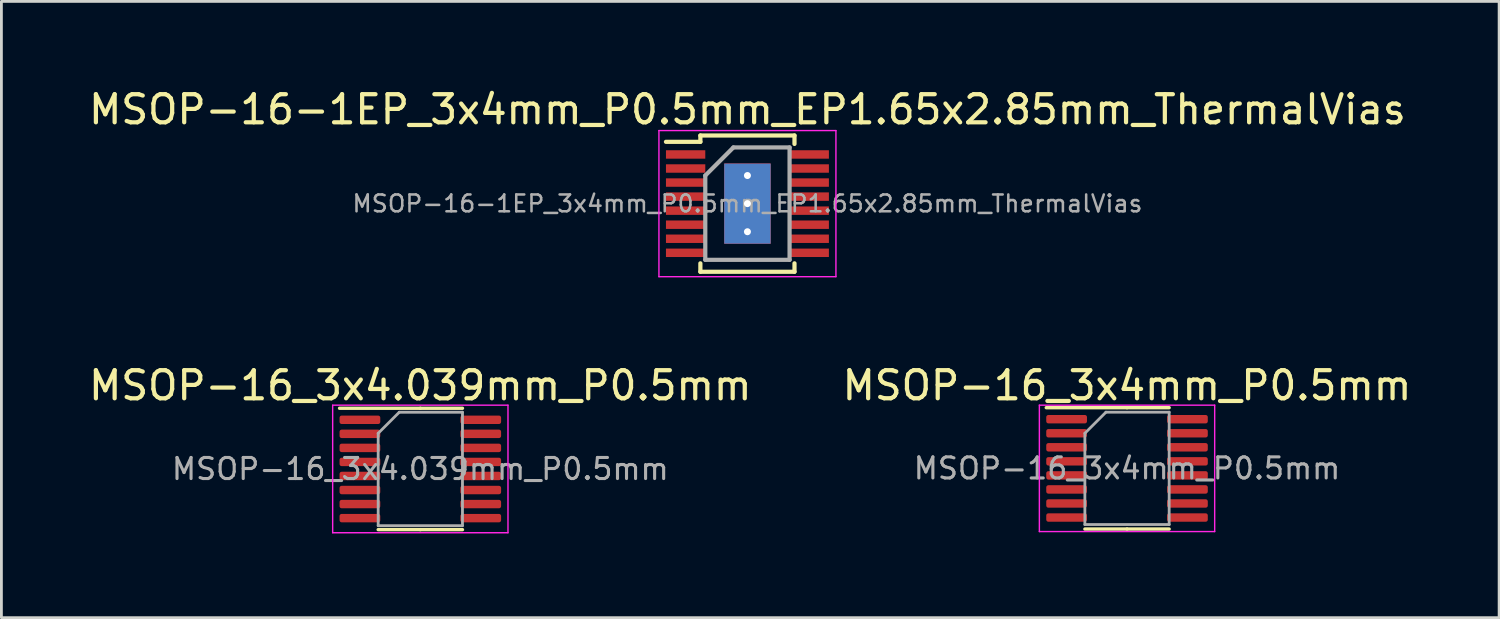
<source format=kicad_pcb>
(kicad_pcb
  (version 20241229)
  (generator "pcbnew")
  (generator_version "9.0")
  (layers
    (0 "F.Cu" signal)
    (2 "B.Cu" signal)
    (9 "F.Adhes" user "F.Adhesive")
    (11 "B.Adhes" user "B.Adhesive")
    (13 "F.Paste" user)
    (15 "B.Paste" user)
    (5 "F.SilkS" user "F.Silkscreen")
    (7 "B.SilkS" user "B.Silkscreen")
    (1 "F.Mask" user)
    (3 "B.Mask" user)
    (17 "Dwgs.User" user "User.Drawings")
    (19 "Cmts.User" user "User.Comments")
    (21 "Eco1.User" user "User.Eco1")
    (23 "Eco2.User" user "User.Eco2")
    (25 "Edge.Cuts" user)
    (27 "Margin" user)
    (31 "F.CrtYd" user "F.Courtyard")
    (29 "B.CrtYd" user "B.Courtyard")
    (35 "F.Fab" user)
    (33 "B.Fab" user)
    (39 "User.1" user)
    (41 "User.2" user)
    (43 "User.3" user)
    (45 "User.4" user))
  (footprint "MSOP-16-1EP_3x4mm_P0.5mm_EP1.65x2.85mm_ThermalVias"
    (layer "F.Cu")
    (at 23.554 4.198)
    (property "Reference" "MSOP-16-1EP_3x4mm_P0.5mm_EP1.65x2.85mm_ThermalVias" (at 0 -3.35 0) (layer "F.SilkS") (effects (font (size 1 1) (thickness 0.15))))
    (attr smd)
    (fp_line (start -1.675 -2.425) (end -1.675 -2.2) (stroke (width 0.15) (type solid)) (layer "F.SilkS"))
    (fp_line (start -1.675 -2.425) (end 1.675 -2.425) (stroke (width 0.15) (type solid)) (layer "F.SilkS"))
    (fp_line (start -1.675 -2.2) (end -2.9 -2.2) (stroke (width 0.15) (type solid)) (layer "F.SilkS"))
    (fp_line (start -1.675 2.425) (end -1.675 2.125) (stroke (width 0.15) (type solid)) (layer "F.SilkS"))
    (fp_line (start -1.675 2.425) (end 1.675 2.425) (stroke (width 0.15) (type solid)) (layer "F.SilkS"))
    (fp_line (start 1.675 -2.425) (end 1.675 -2.125) (stroke (width 0.15) (type solid)) (layer "F.SilkS"))
    (fp_line (start 1.675 2.425) (end 1.675 2.125) (stroke (width 0.15) (type solid)) (layer "F.SilkS"))
    (fp_line (start -3.15 -2.6) (end -3.15 2.6) (stroke (width 0.05) (type solid)) (layer "F.CrtYd"))
    (fp_line (start -3.15 -2.6) (end 3.15 -2.6) (stroke (width 0.05) (type solid)) (layer "F.CrtYd"))
    (fp_line (start -3.15 2.6) (end 3.15 2.6) (stroke (width 0.05) (type solid)) (layer "F.CrtYd"))
    (fp_line (start 3.15 -2.6) (end 3.15 2.6) (stroke (width 0.05) (type solid)) (layer "F.CrtYd"))
    (fp_line (start -1.5 -1) (end -0.5 -2) (stroke (width 0.15) (type solid)) (layer "F.Fab"))
    (fp_line (start -1.5 2) (end -1.5 -1) (stroke (width 0.15) (type solid)) (layer "F.Fab"))
    (fp_line (start -0.5 -2) (end 1.5 -2) (stroke (width 0.15) (type solid)) (layer "F.Fab"))
    (fp_line (start 1.5 -2) (end 1.5 2) (stroke (width 0.15) (type solid)) (layer "F.Fab"))
    (fp_line (start 1.5 2) (end -1.5 2) (stroke (width 0.15) (type solid)) (layer "F.Fab"))
    (fp_text user "${REFERENCE}" (at 0 0 0) (layer "F.Fab") (effects (font (size 0.6 0.6) (thickness 0.09))))
    (pad "" smd rect (at -0.45 -1.25) (size 0.65 0.25) (layers "F.Paste"))
    (pad "" smd rect (at -0.45 -0.5) (size 0.65 0.8) (layers "F.Paste"))
    (pad "" smd rect (at -0.45 0.5) (size 0.65 0.8) (layers "F.Paste"))
    (pad "" smd rect (at -0.45 1.25) (size 0.65 0.25) (layers "F.Paste"))
    (pad "" smd rect (at 0.45 -1.25) (size 0.65 0.25) (layers "F.Paste"))
    (pad "" smd rect (at 0.45 -0.5) (size 0.65 0.8) (layers "F.Paste"))
    (pad "" smd rect (at 0.45 0.5) (size 0.65 0.8) (layers "F.Paste"))
    (pad "" smd rect (at 0.45 1.25) (size 0.65 0.25) (layers "F.Paste"))
    (pad "1" smd rect (at -2.2 -1.75) (size 1.4 0.3) (layers "F.Cu" "F.Mask" "F.Paste"))
    (pad "2" smd rect (at -2.2 -1.25) (size 1.4 0.3) (layers "F.Cu" "F.Mask" "F.Paste"))
    (pad "3" smd rect (at -2.2 -0.75) (size 1.4 0.3) (layers "F.Cu" "F.Mask" "F.Paste"))
    (pad "4" smd rect (at -2.2 -0.25) (size 1.4 0.3) (layers "F.Cu" "F.Mask" "F.Paste"))
    (pad "5" smd rect (at -2.2 0.25) (size 1.4 0.3) (layers "F.Cu" "F.Mask" "F.Paste"))
    (pad "6" smd rect (at -2.2 0.75) (size 1.4 0.3) (layers "F.Cu" "F.Mask" "F.Paste"))
    (pad "7" smd rect (at -2.2 1.25) (size 1.4 0.3) (layers "F.Cu" "F.Mask" "F.Paste"))
    (pad "8" smd rect (at -2.2 1.75) (size 1.4 0.3) (layers "F.Cu" "F.Mask" "F.Paste"))
    (pad "9" smd rect (at 2.2 1.75) (size 1.4 0.3) (layers "F.Cu" "F.Mask" "F.Paste"))
    (pad "10" smd rect (at 2.2 1.25) (size 1.4 0.3) (layers "F.Cu" "F.Mask" "F.Paste"))
    (pad "11" smd rect (at 2.2 0.75) (size 1.4 0.3) (layers "F.Cu" "F.Mask" "F.Paste"))
    (pad "12" smd rect (at 2.2 0.25) (size 1.4 0.3) (layers "F.Cu" "F.Mask" "F.Paste"))
    (pad "13" smd rect (at 2.2 -0.25) (size 1.4 0.3) (layers "F.Cu" "F.Mask" "F.Paste"))
    (pad "14" smd rect (at 2.2 -0.75) (size 1.4 0.3) (layers "F.Cu" "F.Mask" "F.Paste"))
    (pad "15" smd rect (at 2.2 -1.25) (size 1.4 0.3) (layers "F.Cu" "F.Mask" "F.Paste"))
    (pad "16" smd rect (at 2.2 -1.75) (size 1.4 0.3) (layers "F.Cu" "F.Mask" "F.Paste"))
    (pad "17" thru_hole circle (at 0 -1) (size 0.65 0.65) (drill 0.25) (layers "*.Cu"))
    (pad "17" thru_hole circle (at 0 0) (size 0.65 0.65) (drill 0.25) (layers "*.Cu"))
    (pad "17" smd rect (at 0 0) (size 1.65 2.85) (layers "F.Cu" "F.Mask" "F.Paste"))
    (pad "17" smd rect (at 0 0) (size 1.65 2.85) (layers "F.Cu" "F.Mask" "F.Paste"))
    (pad "17" smd rect (at 0 0) (size 1.65 2.85) (layers "B.Cu"))
    (pad "17" thru_hole circle (at 0 1) (size 0.65 0.65) (drill 0.25) (layers "*.Cu")))
  (footprint "MSOP-16_3x4.039mm_P0.5mm"
    (layer "F.Cu")
    (at 11.911 13.642)
    (property "Reference" "MSOP-16_3x4.039mm_P0.5mm" (at 0 -2.97 0) (layer "F.SilkS") (effects (font (size 1 1) (thickness 0.15))))
    (attr smd)
    (fp_line (start 0 -2.16) (end -2.875 -2.16) (stroke (width 0.12) (type solid)) (layer "F.SilkS"))
    (fp_line (start 0 -2.16) (end 1.5 -2.16) (stroke (width 0.12) (type solid)) (layer "F.SilkS"))
    (fp_line (start 0 2.16) (end -1.5 2.16) (stroke (width 0.12) (type solid)) (layer "F.SilkS"))
    (fp_line (start 0 2.16) (end 1.5 2.16) (stroke (width 0.12) (type solid)) (layer "F.SilkS"))
    (fp_line (start -3.12 -2.27) (end -3.12 2.27) (stroke (width 0.05) (type solid)) (layer "F.CrtYd"))
    (fp_line (start -3.12 2.27) (end 3.12 2.27) (stroke (width 0.05) (type solid)) (layer "F.CrtYd"))
    (fp_line (start 3.12 -2.27) (end -3.12 -2.27) (stroke (width 0.05) (type solid)) (layer "F.CrtYd"))
    (fp_line (start 3.12 2.27) (end 3.12 -2.27) (stroke (width 0.05) (type solid)) (layer "F.CrtYd"))
    (fp_line (start -1.5 -1.27) (end -0.75 -2.019) (stroke (width 0.1) (type solid)) (layer "F.Fab"))
    (fp_line (start -1.5 2.019) (end -1.5 -1.27) (stroke (width 0.1) (type solid)) (layer "F.Fab"))
    (fp_line (start -0.75 -2.019) (end 1.5 -2.019) (stroke (width 0.1) (type solid)) (layer "F.Fab"))
    (fp_line (start 1.5 -2.019) (end 1.5 2.019) (stroke (width 0.1) (type solid)) (layer "F.Fab"))
    (fp_line (start 1.5 2.019) (end -1.5 2.019) (stroke (width 0.1) (type solid)) (layer "F.Fab"))
    (fp_text user "${REFERENCE}" (at 0 0 0) (layer "F.Fab") (effects (font (size 0.75 0.75) (thickness 0.11))))
    (pad "1" smd roundrect (at -2.15 -1.75) (size 1.45 0.3) (layers "F.Cu" "F.Mask" "F.Paste") (roundrect_rratio 0.25))
    (pad "2" smd roundrect (at -2.15 -1.25) (size 1.45 0.3) (layers "F.Cu" "F.Mask" "F.Paste") (roundrect_rratio 0.25))
    (pad "3" smd roundrect (at -2.15 -0.75) (size 1.45 0.3) (layers "F.Cu" "F.Mask" "F.Paste") (roundrect_rratio 0.25))
    (pad "4" smd roundrect (at -2.15 -0.25) (size 1.45 0.3) (layers "F.Cu" "F.Mask" "F.Paste") (roundrect_rratio 0.25))
    (pad "5" smd roundrect (at -2.15 0.25) (size 1.45 0.3) (layers "F.Cu" "F.Mask" "F.Paste") (roundrect_rratio 0.25))
    (pad "6" smd roundrect (at -2.15 0.75) (size 1.45 0.3) (layers "F.Cu" "F.Mask" "F.Paste") (roundrect_rratio 0.25))
    (pad "7" smd roundrect (at -2.15 1.25) (size 1.45 0.3) (layers "F.Cu" "F.Mask" "F.Paste") (roundrect_rratio 0.25))
    (pad "8" smd roundrect (at -2.15 1.75) (size 1.45 0.3) (layers "F.Cu" "F.Mask" "F.Paste") (roundrect_rratio 0.25))
    (pad "9" smd roundrect (at 2.15 1.75) (size 1.45 0.3) (layers "F.Cu" "F.Mask" "F.Paste") (roundrect_rratio 0.25))
    (pad "10" smd roundrect (at 2.15 1.25) (size 1.45 0.3) (layers "F.Cu" "F.Mask" "F.Paste") (roundrect_rratio 0.25))
    (pad "11" smd roundrect (at 2.15 0.75) (size 1.45 0.3) (layers "F.Cu" "F.Mask" "F.Paste") (roundrect_rratio 0.25))
    (pad "12" smd roundrect (at 2.15 0.25) (size 1.45 0.3) (layers "F.Cu" "F.Mask" "F.Paste") (roundrect_rratio 0.25))
    (pad "13" smd roundrect (at 2.15 -0.25) (size 1.45 0.3) (layers "F.Cu" "F.Mask" "F.Paste") (roundrect_rratio 0.25))
    (pad "14" smd roundrect (at 2.15 -0.75) (size 1.45 0.3) (layers "F.Cu" "F.Mask" "F.Paste") (roundrect_rratio 0.25))
    (pad "15" smd roundrect (at 2.15 -1.25) (size 1.45 0.3) (layers "F.Cu" "F.Mask" "F.Paste") (roundrect_rratio 0.25))
    (pad "16" smd roundrect (at 2.15 -1.75) (size 1.45 0.3) (layers "F.Cu" "F.Mask" "F.Paste") (roundrect_rratio 0.25)))
  (footprint "MSOP-16_3x4mm_P0.5mm"
    (layer "F.Cu")
    (at 37.065 13.621)
    (property "Reference" "MSOP-16_3x4mm_P0.5mm" (at 0 -2.95 0) (layer "F.SilkS") (effects (font (size 1 1) (thickness 0.15))))
    (attr smd)
    (fp_line (start 0 -2.16) (end -2.875 -2.16) (stroke (width 0.12) (type solid)) (layer "F.SilkS"))
    (fp_line (start 0 -2.16) (end 1.5 -2.16) (stroke (width 0.12) (type solid)) (layer "F.SilkS"))
    (fp_line (start 0 2.16) (end -1.5 2.16) (stroke (width 0.12) (type solid)) (layer "F.SilkS"))
    (fp_line (start 0 2.16) (end 1.5 2.16) (stroke (width 0.12) (type solid)) (layer "F.SilkS"))
    (fp_line (start -3.12 -2.25) (end -3.12 2.25) (stroke (width 0.05) (type solid)) (layer "F.CrtYd"))
    (fp_line (start -3.12 2.25) (end 3.12 2.25) (stroke (width 0.05) (type solid)) (layer "F.CrtYd"))
    (fp_line (start 3.12 -2.25) (end -3.12 -2.25) (stroke (width 0.05) (type solid)) (layer "F.CrtYd"))
    (fp_line (start 3.12 2.25) (end 3.12 -2.25) (stroke (width 0.05) (type solid)) (layer "F.CrtYd"))
    (fp_line (start -1.5 -1.25) (end -0.75 -2) (stroke (width 0.1) (type solid)) (layer "F.Fab"))
    (fp_line (start -1.5 2) (end -1.5 -1.25) (stroke (width 0.1) (type solid)) (layer "F.Fab"))
    (fp_line (start -0.75 -2) (end 1.5 -2) (stroke (width 0.1) (type solid)) (layer "F.Fab"))
    (fp_line (start 1.5 -2) (end 1.5 2) (stroke (width 0.1) (type solid)) (layer "F.Fab"))
    (fp_line (start 1.5 2) (end -1.5 2) (stroke (width 0.1) (type solid)) (layer "F.Fab"))
    (fp_text user "${REFERENCE}" (at 0 0 0) (layer "F.Fab") (effects (font (size 0.75 0.75) (thickness 0.11))))
    (pad "1" smd roundrect (at -2.15 -1.75) (size 1.45 0.3) (layers "F.Cu" "F.Mask" "F.Paste") (roundrect_rratio 0.25))
    (pad "2" smd roundrect (at -2.15 -1.25) (size 1.45 0.3) (layers "F.Cu" "F.Mask" "F.Paste") (roundrect_rratio 0.25))
    (pad "3" smd roundrect (at -2.15 -0.75) (size 1.45 0.3) (layers "F.Cu" "F.Mask" "F.Paste") (roundrect_rratio 0.25))
    (pad "4" smd roundrect (at -2.15 -0.25) (size 1.45 0.3) (layers "F.Cu" "F.Mask" "F.Paste") (roundrect_rratio 0.25))
    (pad "5" smd roundrect (at -2.15 0.25) (size 1.45 0.3) (layers "F.Cu" "F.Mask" "F.Paste") (roundrect_rratio 0.25))
    (pad "6" smd roundrect (at -2.15 0.75) (size 1.45 0.3) (layers "F.Cu" "F.Mask" "F.Paste") (roundrect_rratio 0.25))
    (pad "7" smd roundrect (at -2.15 1.25) (size 1.45 0.3) (layers "F.Cu" "F.Mask" "F.Paste") (roundrect_rratio 0.25))
    (pad "8" smd roundrect (at -2.15 1.75) (size 1.45 0.3) (layers "F.Cu" "F.Mask" "F.Paste") (roundrect_rratio 0.25))
    (pad "9" smd roundrect (at 2.15 1.75) (size 1.45 0.3) (layers "F.Cu" "F.Mask" "F.Paste") (roundrect_rratio 0.25))
    (pad "10" smd roundrect (at 2.15 1.25) (size 1.45 0.3) (layers "F.Cu" "F.Mask" "F.Paste") (roundrect_rratio 0.25))
    (pad "11" smd roundrect (at 2.15 0.75) (size 1.45 0.3) (layers "F.Cu" "F.Mask" "F.Paste") (roundrect_rratio 0.25))
    (pad "12" smd roundrect (at 2.15 0.25) (size 1.45 0.3) (layers "F.Cu" "F.Mask" "F.Paste") (roundrect_rratio 0.25))
    (pad "13" smd roundrect (at 2.15 -0.25) (size 1.45 0.3) (layers "F.Cu" "F.Mask" "F.Paste") (roundrect_rratio 0.25))
    (pad "14" smd roundrect (at 2.15 -0.75) (size 1.45 0.3) (layers "F.Cu" "F.Mask" "F.Paste") (roundrect_rratio 0.25))
    (pad "15" smd roundrect (at 2.15 -1.25) (size 1.45 0.3) (layers "F.Cu" "F.Mask" "F.Paste") (roundrect_rratio 0.25))
    (pad "16" smd roundrect (at 2.15 -1.75) (size 1.45 0.3) (layers "F.Cu" "F.Mask" "F.Paste") (roundrect_rratio 0.25)))
  (gr_rect
    (start -3 -3)
    (end 50.31 18.936)
    (stroke (width 0.1) (type default))
    (fill no)
    (layer "Edge.Cuts")))
</source>
